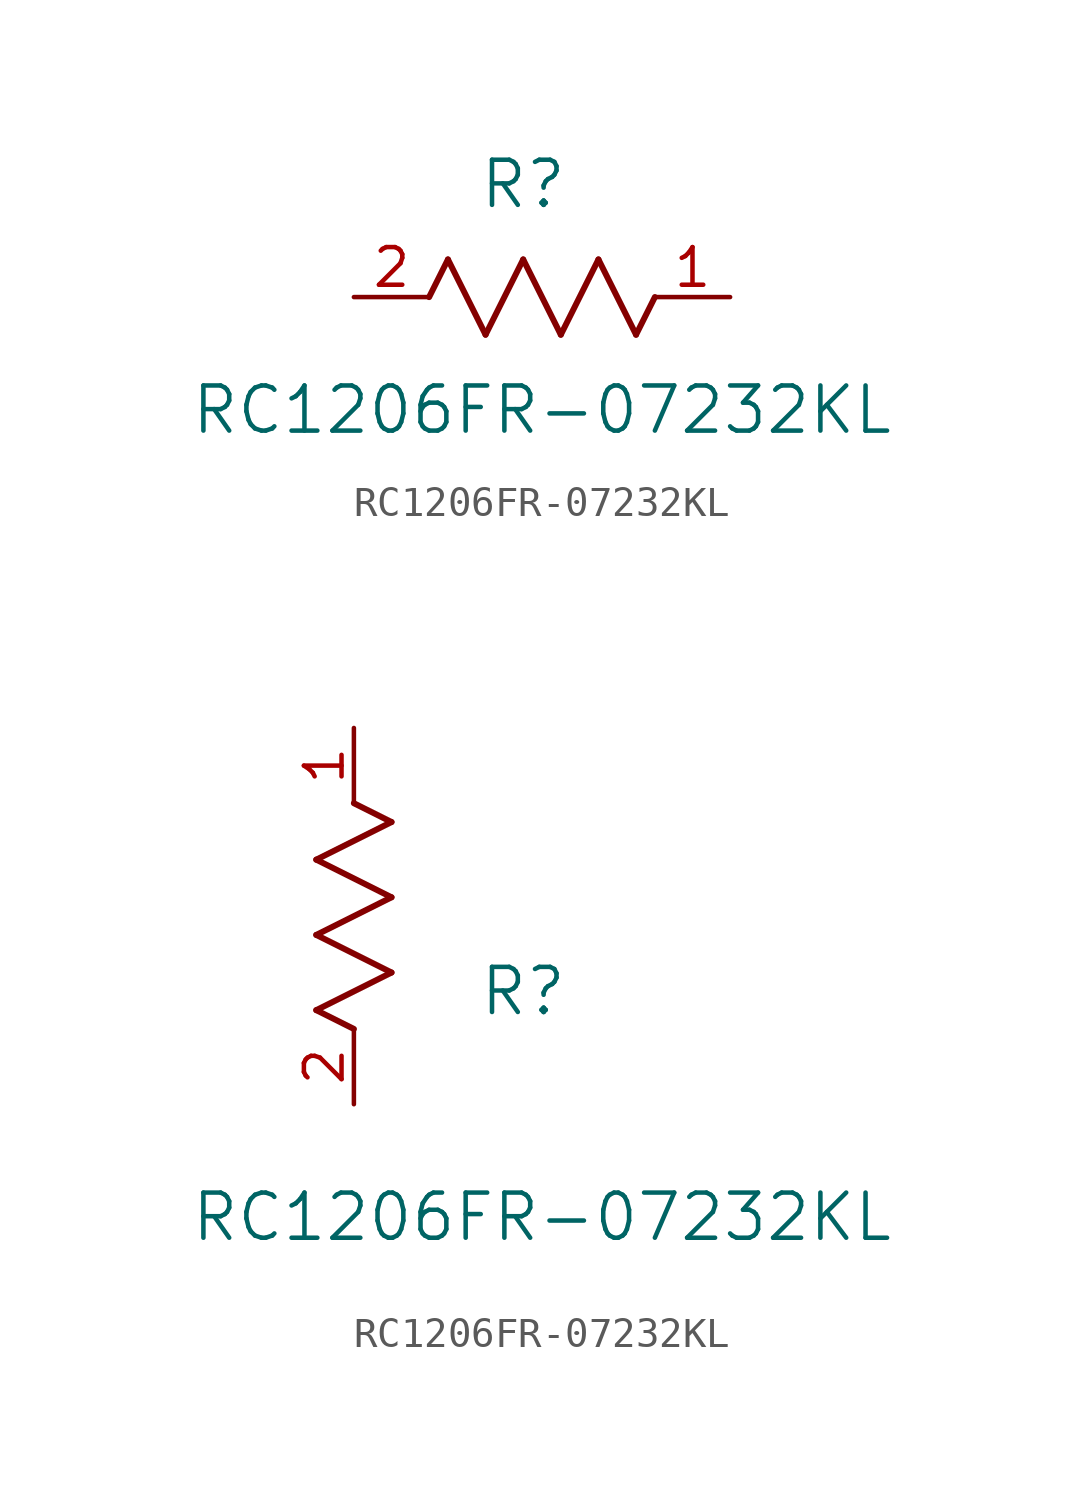
<source format=kicad_sym>
(kicad_symbol_lib
  (version 20211014)
  (generator kicad_symbol_editor)
  (symbol "RC1206FR-07232KL"
    (pin_names
      (offset 0.254))
    (property "Reference" "R"
      (at 5.715 3.81 0)
      (effects (font (size 1.524 1.524))))
    (property "Value" "RC1206FR-07232KL"
      (at 6.35 -3.81 0)
      (effects (font (size 1.524 1.524))))
    (symbol "RC1206FR-07232KL_1_1"
      (polyline (pts (xy 3.175 1.27) (xy 4.445 -1.27)) (stroke (width 0.203) (type default) (color 0 0 0 0)) (fill (type none)))
      (polyline (pts (xy 4.445 -1.27) (xy 5.715 1.27)) (stroke (width 0.203) (type default) (color 0 0 0 0)) (fill (type none)))
      (polyline (pts (xy 5.715 1.27) (xy 6.985 -1.27)) (stroke (width 0.203) (type default) (color 0 0 0 0)) (fill (type none)))
      (polyline (pts (xy 6.985 -1.27) (xy 8.255 1.27)) (stroke (width 0.203) (type default) (color 0 0 0 0)) (fill (type none)))
      (polyline (pts (xy 8.255 1.27) (xy 9.525 -1.27)) (stroke (width 0.203) (type default) (color 0 0 0 0)) (fill (type none)))
      (polyline (pts (xy 2.54 0) (xy 3.175 1.27)) (stroke (width 0.203) (type default) (color 0 0 0 0)) (fill (type none)))
      (polyline (pts (xy 9.525 -1.27) (xy 10.16 0)) (stroke (width 0.203) (type default) (color 0 0 0 0)) (fill (type none)))
      (pin unspecified line (at 12.7 0 180) (length 2.54) (name "" (effects (font (size 1.27 1.27)))) (number "1" (effects (font (size 1.27 1.27)))))
      (pin unspecified line (at 0 0 0) (length 2.54) (name "" (effects (font (size 1.27 1.27)))) (number "2" (effects (font (size 1.27 1.27))))))
    (symbol "RC1206FR-07232KL_1_2"
      (polyline (pts (xy 0 2.54) (xy -1.27 3.175)) (stroke (width 0.203) (type default) (color 0 0 0 0)) (fill (type none)))
      (polyline (pts (xy -1.27 3.175) (xy 1.27 4.445)) (stroke (width 0.203) (type default) (color 0 0 0 0)) (fill (type none)))
      (polyline (pts (xy 1.27 4.445) (xy -1.27 5.715)) (stroke (width 0.203) (type default) (color 0 0 0 0)) (fill (type none)))
      (polyline (pts (xy -1.27 5.715) (xy 1.27 6.985)) (stroke (width 0.203) (type default) (color 0 0 0 0)) (fill (type none)))
      (polyline (pts (xy -1.27 8.255) (xy 1.27 9.525)) (stroke (width 0.203) (type default) (color 0 0 0 0)) (fill (type none)))
      (polyline (pts (xy 1.27 9.525) (xy 0 10.16)) (stroke (width 0.203) (type default) (color 0 0 0 0)) (fill (type none)))
      (polyline (pts (xy 1.27 6.985) (xy -1.27 8.255)) (stroke (width 0.203) (type default) (color 0 0 0 0)) (fill (type none)))
      (pin unspecified line (at 0 12.7 270) (length 2.54) (name "" (effects (font (size 1.27 1.27)))) (number "1" (effects (font (size 1.27 1.27)))))
      (pin unspecified line (at 0 0 90) (length 2.54) (name "" (effects (font (size 1.27 1.27)))) (number "2" (effects (font (size 1.27 1.27))))))))
</source>
